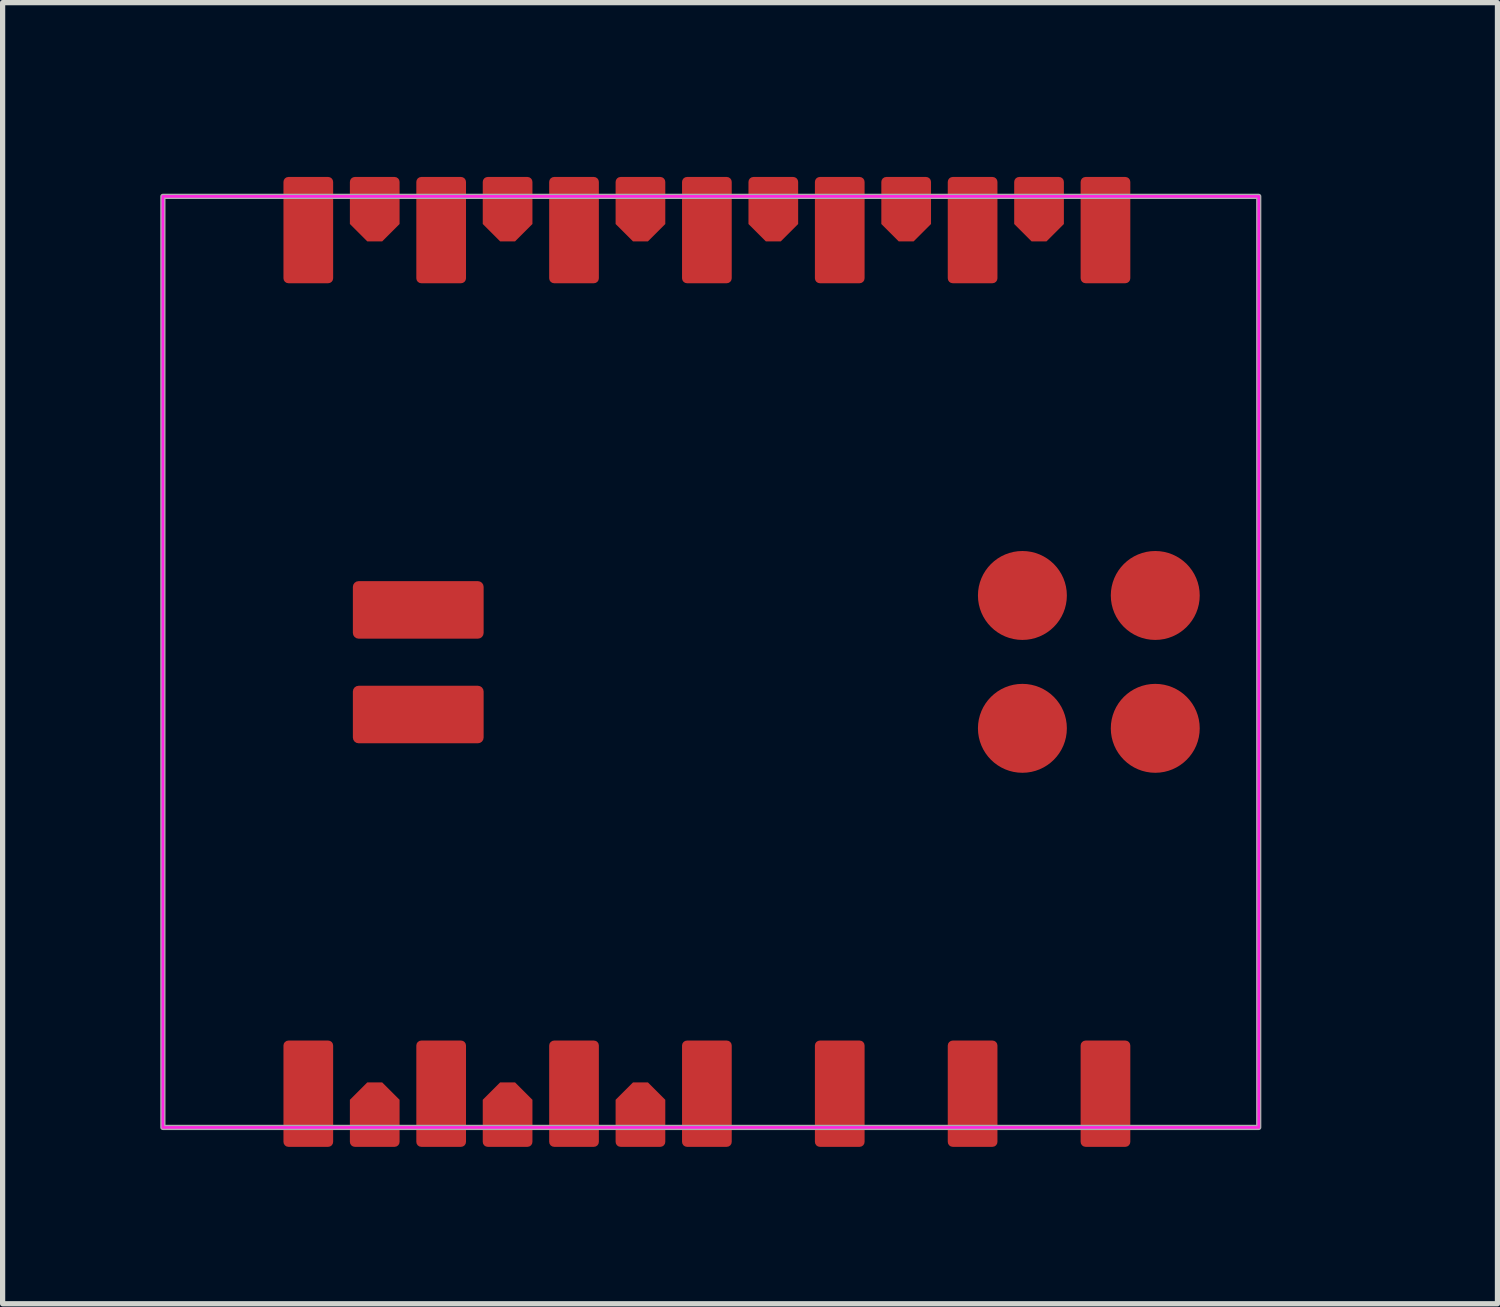
<source format=kicad_pcb>
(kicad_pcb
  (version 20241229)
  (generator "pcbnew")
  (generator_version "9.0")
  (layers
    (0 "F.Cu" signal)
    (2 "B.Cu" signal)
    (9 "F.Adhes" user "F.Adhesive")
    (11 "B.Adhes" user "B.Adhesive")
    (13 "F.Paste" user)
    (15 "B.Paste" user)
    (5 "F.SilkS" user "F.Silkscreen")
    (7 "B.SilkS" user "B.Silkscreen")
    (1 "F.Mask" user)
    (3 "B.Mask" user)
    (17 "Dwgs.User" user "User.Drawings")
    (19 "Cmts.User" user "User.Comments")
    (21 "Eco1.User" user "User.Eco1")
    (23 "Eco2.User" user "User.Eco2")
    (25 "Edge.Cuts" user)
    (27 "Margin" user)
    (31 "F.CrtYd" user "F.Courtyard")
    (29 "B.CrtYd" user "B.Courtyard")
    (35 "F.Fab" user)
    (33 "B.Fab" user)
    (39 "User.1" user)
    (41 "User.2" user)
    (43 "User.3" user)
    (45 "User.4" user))
  (footprint "XIAO-nRF52840-Plus-SMD"
    (layer "F.Cu")
    (at 10.464 9.604)
    (property "Reference" "XIAO-nRF52840-Plus-SMD" (at 11.225 -0.075 270) (unlocked yes) (layer "Eco1.User") (effects (font (size 0.635 0.635) (thickness 0.102))))
    (attr smd)
    (fp_line (start -10.414 -6.985) (end -10.414 6.985) (stroke (width 0.1) (type solid)) (layer "Eco1.User"))
    (fp_line (start -8.509 -8.89) (end 8.636 -8.89) (stroke (width 0.1) (type solid)) (layer "Eco1.User"))
    (fp_line (start -8.509 8.89) (end 8.636 8.89) (stroke (width 0.1) (type solid)) (layer "Eco1.User"))
    (fp_line (start 10.541 -4.495) (end 11.551 -4.491) (stroke (width 0.127) (type solid)) (layer "Eco1.User"))
    (fp_line (start 10.541 6.985) (end 10.541 -6.985) (stroke (width 0.1) (type solid)) (layer "Eco1.User"))
    (fp_line (start 11.551 4.504) (end 10.541 4.504) (stroke (width 0.127) (type solid)) (layer "Eco1.User"))
    (fp_line (start 12.051 -3.991) (end 12.051 4.004) (stroke (width 0.127) (type solid)) (layer "Eco1.User"))
    (fp_arc (start -10.414 -6.985) (mid -9.856038 -8.332038) (end -8.509 -8.89) (stroke (width 0.1) (type solid)) (layer "Eco1.User"))
    (fp_arc (start -8.509 8.89) (mid -9.856038 8.332038) (end -10.414 6.985) (stroke (width 0.1) (type solid)) (layer "Eco1.User"))
    (fp_arc (start 8.64 -8.89) (mid 9.987038 -8.332038) (end 10.545 -6.985) (stroke (width 0.1) (type solid)) (layer "Eco1.User"))
    (fp_arc (start 10.541 6.985) (mid 9.983024 8.332024) (end 8.636 8.89) (stroke (width 0.1) (type solid)) (layer "Eco1.User"))
    (fp_arc (start 11.551272 -4.491272) (mid 11.904644 -4.344724) (end 12.051 -3.991272) (stroke (width 0.127) (type solid)) (layer "Eco1.User"))
    (fp_arc (start 12.051 4.004) (mid 11.904524 4.357524) (end 11.551 4.504) (stroke (width 0.127) (type solid)) (layer "Eco1.User"))
    (fp_circle (center 9.408 -7.826) (end 9.662 -7.826) (stroke (width 0.5) (type solid)) (fill no) (layer "Eco1.User"))
    (fp_circle (center 10.125 -9.1) (end 10.379 -9.1) (stroke (width 0.5) (type solid)) (fill no) (layer "Eco1.User"))
    (fp_rect (start -10.4 -8.9) (end 10.55 8.9) (stroke (width 0.05) (type default)) (fill no) (layer "F.CrtYd"))
    (fp_rect (start -10.4 -8.9) (end 10.55 8.9) (stroke (width 0.1) (type default)) (fill no) (layer "F.Fab"))
    (fp_line (start -10.414 -6.985) (end -10.414 6.985) (stroke (width 0.025) (type solid)) (layer "User.1"))
    (fp_line (start -8.509 -8.89) (end 8.636 -8.89) (stroke (width 0.025) (type solid)) (layer "User.1"))
    (fp_line (start -8.509 8.89) (end 8.636 8.89) (stroke (width 0.025) (type solid)) (layer "User.1"))
    (fp_line (start 10.541 6.985) (end 10.541 -6.985) (stroke (width 0.025) (type solid)) (layer "User.1"))
    (fp_rect (start 5.715 -3.81) (end 12.065 3.81) (stroke (width 0.076) (type default)) (fill no) (layer "User.1"))
    (fp_arc (start -10.414 -6.985) (mid -9.856038 -8.332038) (end -8.509 -8.89) (stroke (width 0.0254) (type solid)) (layer "User.1"))
    (fp_arc (start -8.509 8.89) (mid -9.856038 8.332038) (end -10.414 6.985) (stroke (width 0.0254) (type solid)) (layer "User.1"))
    (fp_arc (start 8.636 -8.89) (mid 9.983038 -8.332038) (end 10.541 -6.985) (stroke (width 0.0254) (type solid)) (layer "User.1"))
    (fp_arc (start 10.541 6.985) (mid 9.983038 8.332038) (end 8.636 8.89) (stroke (width 0.0254) (type solid)) (layer "User.1"))
    (fp_circle (center -7.62 -8.89) (end -7.493 -8.89) (stroke (width 0.025) (type default)) (fill no) (layer "User.1"))
    (fp_circle (center -7.62 -7.62) (end -7.493 -7.62) (stroke (width 0.025) (type default)) (fill no) (layer "User.1"))
    (fp_circle (center -7.62 7.62) (end -7.493 7.62) (stroke (width 0.025) (type default)) (fill no) (layer "User.1"))
    (fp_circle (center -7.62 8.89) (end -7.493 8.89) (stroke (width 0.025) (type default)) (fill no) (layer "User.1"))
    (fp_circle (center -5.08 -8.89) (end -4.953 -8.89) (stroke (width 0.025) (type default)) (fill no) (layer "User.1"))
    (fp_circle (center -5.08 -7.62) (end -4.953 -7.62) (stroke (width 0.025) (type default)) (fill no) (layer "User.1"))
    (fp_circle (center -5.08 7.62) (end -4.953 7.62) (stroke (width 0.025) (type default)) (fill no) (layer "User.1"))
    (fp_circle (center -5.08 8.89) (end -4.953 8.89) (stroke (width 0.025) (type default)) (fill no) (layer "User.1"))
    (fp_circle (center -2.54 -8.89) (end -2.413 -8.89) (stroke (width 0.025) (type default)) (fill no) (layer "User.1"))
    (fp_circle (center -2.54 -7.62) (end -2.413 -7.62) (stroke (width 0.025) (type default)) (fill no) (layer "User.1"))
    (fp_circle (center -2.54 7.62) (end -2.413 7.62) (stroke (width 0.025) (type default)) (fill no) (layer "User.1"))
    (fp_circle (center -2.54 8.89) (end -2.413 8.89) (stroke (width 0.025) (type default)) (fill no) (layer "User.1"))
    (fp_circle (center 0 -8.89) (end 0.127 -8.89) (stroke (width 0.025) (type default)) (fill no) (layer "User.1"))
    (fp_circle (center 0 -7.62) (end 0.127 -7.62) (stroke (width 0.025) (type default)) (fill no) (layer "User.1"))
    (fp_circle (center 0 7.62) (end 0.127 7.62) (stroke (width 0.025) (type default)) (fill no) (layer "User.1"))
    (fp_circle (center 0 8.89) (end 0.127 8.89) (stroke (width 0.025) (type default)) (fill no) (layer "User.1"))
    (fp_circle (center 2.54 -8.89) (end 2.667 -8.89) (stroke (width 0.025) (type default)) (fill no) (layer "User.1"))
    (fp_circle (center 2.54 -7.62) (end 2.667 -7.62) (stroke (width 0.025) (type default)) (fill no) (layer "User.1"))
    (fp_circle (center 2.54 7.62) (end 2.667 7.62) (stroke (width 0.025) (type default)) (fill no) (layer "User.1"))
    (fp_circle (center 2.54 8.89) (end 2.667 8.89) (stroke (width 0.025) (type default)) (fill no) (layer "User.1"))
    (fp_circle (center 5.08 -8.89) (end 5.207 -8.89) (stroke (width 0.025) (type default)) (fill no) (layer "User.1"))
    (fp_circle (center 5.08 -7.62) (end 5.207 -7.62) (stroke (width 0.025) (type default)) (fill no) (layer "User.1"))
    (fp_circle (center 5.08 7.62) (end 5.207 7.62) (stroke (width 0.025) (type default)) (fill no) (layer "User.1"))
    (fp_circle (center 5.08 8.89) (end 5.207 8.89) (stroke (width 0.025) (type default)) (fill no) (layer "User.1"))
    (fp_circle (center 7.62 -8.89) (end 7.747 -8.89) (stroke (width 0.025) (type default)) (fill no) (layer "User.1"))
    (fp_circle (center 7.62 -7.62) (end 7.747 -7.62) (stroke (width 0.025) (type default)) (fill no) (layer "User.1"))
    (fp_circle (center 7.62 7.62) (end 7.747 7.62) (stroke (width 0.025) (type default)) (fill no) (layer "User.1"))
    (fp_circle (center 7.62 8.89) (end 7.747 8.89) (stroke (width 0.025) (type default)) (fill no) (layer "User.1"))
    (pad "1" smd roundrect (at 7.62 -8.255 90) (size 2.032 0.95) (layers "F.Cu" "F.Mask" "F.Paste") (roundrect_rratio 0.1))
    (pad "2" smd roundrect (at 5.08 -8.255 90) (size 2.032 0.95) (layers "F.Cu" "F.Mask" "F.Paste") (roundrect_rratio 0.1))
    (pad "3" smd roundrect (at 2.54 -8.255 90) (size 2.032 0.95) (layers "F.Cu" "F.Mask" "F.Paste") (roundrect_rratio 0.1))
    (pad "4" smd roundrect (at 0 -8.255 90) (size 2.032 0.95) (layers "F.Cu" "F.Mask" "F.Paste") (roundrect_rratio 0.1))
    (pad "5" smd roundrect (at -2.54 -8.255 90) (size 2.032 0.95) (layers "F.Cu" "F.Mask" "F.Paste") (roundrect_rratio 0.1))
    (pad "6" smd roundrect (at -5.08 -8.255 90) (size 2.032 0.95) (layers "F.Cu" "F.Mask" "F.Paste") (roundrect_rratio 0.1))
    (pad "7" smd roundrect (at -7.62 -8.255 90) (size 2.032 0.95) (layers "F.Cu" "F.Mask" "F.Paste") (roundrect_rratio 0.1))
    (pad "8" smd roundrect (at -7.62 8.255 270) (size 2.032 0.95) (layers "F.Cu" "F.Mask" "F.Paste") (roundrect_rratio 0.1))
    (pad "9" smd roundrect (at -5.08 8.255 270) (size 2.032 0.95) (layers "F.Cu" "F.Mask" "F.Paste") (roundrect_rratio 0.1))
    (pad "10" smd roundrect (at -2.54 8.255 270) (size 2.032 0.95) (layers "F.Cu" "F.Mask" "F.Paste") (roundrect_rratio 0.1))
    (pad "11" smd roundrect (at 0 8.255 270) (size 2.032 0.95) (layers "F.Cu" "F.Mask" "F.Paste") (roundrect_rratio 0.1))
    (pad "12" smd roundrect (at 2.54 8.255 270) (size 2.032 0.95) (layers "F.Cu" "F.Mask" "F.Paste") (roundrect_rratio 0.1))
    (pad "13" smd roundrect (at 5.08 8.255 270) (size 2.032 0.95) (layers "F.Cu" "F.Mask" "F.Paste") (roundrect_rratio 0.1))
    (pad "14" smd roundrect (at 7.62 8.255 270) (size 2.032 0.95) (layers "F.Cu" "F.Mask" "F.Paste") (roundrect_rratio 0.1))
    (pad "15" smd roundrect (at 6.35 -8.655 90) (size 1.232 0.95) (layers "F.Cu" "F.Mask" "F.Paste") (roundrect_rratio 0.1) (chamfer_ratio 0.35) (chamfer top_left bottom_left))
    (pad "16" smd roundrect (at 3.81 -8.655 90) (size 1.232 0.95) (layers "F.Cu" "F.Mask" "F.Paste") (roundrect_rratio 0.1) (chamfer_ratio 0.35) (chamfer top_left bottom_left))
    (pad "17" smd roundrect (at 1.27 -8.655 90) (size 1.232 0.95) (layers "F.Cu" "F.Mask" "F.Paste") (roundrect_rratio 0.1) (chamfer_ratio 0.35) (chamfer top_left bottom_left))
    (pad "18" smd roundrect (at -1.27 -8.655 90) (size 1.232 0.95) (layers "F.Cu" "F.Mask" "F.Paste") (roundrect_rratio 0.1) (chamfer_ratio 0.35) (chamfer top_left bottom_left))
    (pad "19" smd roundrect (at -3.81 -8.655 90) (size 1.232 0.95) (layers "F.Cu" "F.Mask" "F.Paste") (roundrect_rratio 0.1) (chamfer_ratio 0.35) (chamfer top_left bottom_left))
    (pad "20" smd roundrect (at -6.35 -8.655 90) (size 1.232 0.95) (layers "F.Cu" "F.Mask" "F.Paste") (roundrect_rratio 0.1) (chamfer_ratio 0.35) (chamfer top_left bottom_left))
    (pad "21" smd roundrect (at -6.35 8.655 270) (size 1.232 0.95) (layers "F.Cu" "F.Mask" "F.Paste") (roundrect_rratio 0.1) (chamfer_ratio 0.35) (chamfer top_left bottom_left))
    (pad "22" smd roundrect (at -3.81 8.655 270) (size 1.232 0.95) (layers "F.Cu" "F.Mask" "F.Paste") (roundrect_rratio 0.1) (chamfer_ratio 0.35) (chamfer top_left bottom_left))
    (pad "23" smd roundrect (at -1.27 8.655 270) (size 1.232 0.95) (layers "F.Cu" "F.Mask" "F.Paste") (roundrect_rratio 0.1) (chamfer_ratio 0.35) (chamfer top_left bottom_left))
    (pad "24" smd circle (at 8.572 -1.27 270) (size 1.7 1.7) (layers "F.Cu" "F.Mask" "F.Paste"))
    (pad "25" smd circle (at 8.572 1.27 270) (size 1.7 1.7) (layers "F.Cu" "F.Mask" "F.Paste"))
    (pad "26" smd circle (at 6.032 -1.27 270) (size 1.7 1.7) (layers "F.Cu" "F.Mask" "F.Paste"))
    (pad "27" smd circle (at 6.032 1.27 270) (size 1.7 1.7) (layers "F.Cu" "F.Mask" "F.Paste"))
    (pad "32" smd roundrect (at -5.518 -0.994 180) (size 2.5 1.1) (layers "F.Cu" "F.Mask" "F.Paste") (roundrect_rratio 0.1))
    (pad "33" smd roundrect (at -5.518 1.006 180) (size 2.5 1.1) (layers "F.Cu" "F.Mask" "F.Paste") (roundrect_rratio 0.1)))
  (gr_rect
    (start -3 -3)
    (end 25.578 21.875)
    (stroke (width 0.1) (type default))
    (fill no)
    (layer "Edge.Cuts")))
</source>
